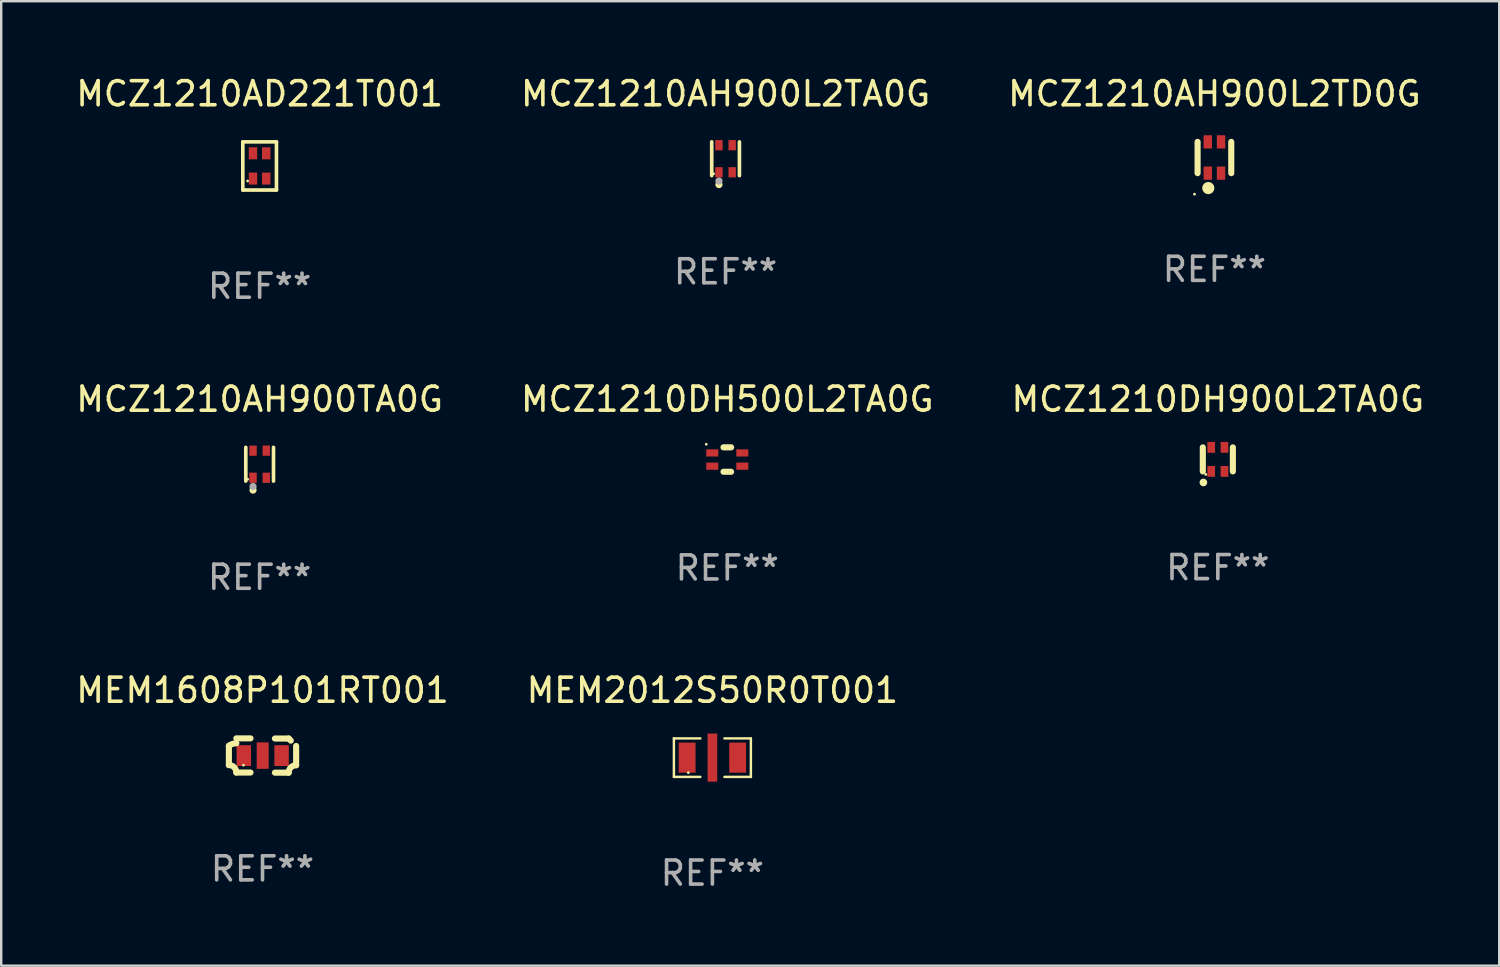
<source format=kicad_pcb>
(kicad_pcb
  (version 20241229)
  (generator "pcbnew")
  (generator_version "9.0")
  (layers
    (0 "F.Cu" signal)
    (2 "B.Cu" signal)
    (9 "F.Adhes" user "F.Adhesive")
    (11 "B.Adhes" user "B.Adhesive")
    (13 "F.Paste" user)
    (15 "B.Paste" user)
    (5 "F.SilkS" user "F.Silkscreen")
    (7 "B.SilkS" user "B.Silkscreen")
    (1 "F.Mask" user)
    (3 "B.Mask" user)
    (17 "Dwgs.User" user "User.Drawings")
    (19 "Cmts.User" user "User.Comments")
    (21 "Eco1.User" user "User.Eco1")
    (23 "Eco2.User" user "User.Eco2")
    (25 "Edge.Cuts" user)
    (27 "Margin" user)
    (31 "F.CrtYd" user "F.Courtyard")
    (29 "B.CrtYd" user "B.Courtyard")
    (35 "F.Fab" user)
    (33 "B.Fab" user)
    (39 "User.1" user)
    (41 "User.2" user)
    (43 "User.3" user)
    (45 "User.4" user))
  (footprint "MCZ1210AH900L2TD0G"
    (layer "F.Cu")
    (at 47.435 3.498)
    (property "Reference" "MCZ1210AH900L2TD0G" (at 0 -2.65 0) (layer "F.SilkS") (effects (font (size 1 1) (thickness 0.15))))
    (attr through_hole)
    (fp_line (start -0.7 -0.65) (end -0.7 0.65) (stroke (width 0.254) (type solid)) (layer "F.SilkS"))
    (fp_line (start 0.7 -0.65) (end 0.7 0.65) (stroke (width 0.254) (type solid)) (layer "F.SilkS"))
    (fp_circle (center -0.827 1.524) (end -0.797 1.524) (stroke (width 0.06) (type solid)) (fill no) (layer "F.SilkS"))
    (fp_circle (center -0.254 1.27) (end -0.127 1.27) (stroke (width 0.254) (type solid)) (fill no) (layer "F.SilkS"))
    (fp_text user "REF**" (at 0 4.65 0) (layer "F.Fab") (effects (font (size 1 1) (thickness 0.15))))
    (pad "1" smd rect (at -0.275 0.65) (size 0.35 0.55) (layers "F.Cu" "F.Mask" "F.Paste"))
    (pad "2" smd rect (at 0.275 0.65) (size 0.35 0.55) (layers "F.Cu" "F.Mask" "F.Paste"))
    (pad "3" smd rect (at 0.275 -0.65 180) (size 0.35 0.55) (layers "F.Cu" "F.Mask" "F.Paste"))
    (pad "4" smd rect (at -0.275 -0.65 180) (size 0.35 0.55) (layers "F.Cu" "F.Mask" "F.Paste")))
  (footprint "MEM2012S50R0T001"
    (layer "F.Cu")
    (at 26.565 28.446)
    (property "Reference" "MEM2012S50R0T001" (at 0 -2.8 0) (layer "F.SilkS") (effects (font (size 1 1) (thickness 0.15))))
    (attr through_hole)
    (fp_line (start -1.6 -0.8) (end -1.6 0.8) (stroke (width 0.102) (type solid)) (layer "F.SilkS"))
    (fp_line (start -1.6 -0.8) (end -0.5 -0.8) (stroke (width 0.102) (type solid)) (layer "F.SilkS"))
    (fp_line (start -1.6 0.8) (end -0.5 0.8) (stroke (width 0.102) (type solid)) (layer "F.SilkS"))
    (fp_line (start 1.6 -0.8) (end 0.5 -0.8) (stroke (width 0.102) (type solid)) (layer "F.SilkS"))
    (fp_line (start 1.6 0.8) (end 0.5 0.8) (stroke (width 0.102) (type solid)) (layer "F.SilkS"))
    (fp_line (start 1.6 0.8) (end 1.6 -0.8) (stroke (width 0.102) (type solid)) (layer "F.SilkS"))
    (fp_circle (center -1 0.625) (end -0.97 0.625) (stroke (width 0.06) (type solid)) (fill no) (layer "F.SilkS"))
    (fp_text user "REF**" (at 0 4.8 0) (layer "F.Fab") (effects (font (size 1 1) (thickness 0.15))))
    (pad "1" smd rect (at -1.05 0.000013 90) (size 1.25 0.7) (layers "F.Cu" "F.Mask" "F.Paste"))
    (pad "2" smd rect (at 0.000152 -0.001 90) (size 2 0.4) (layers "F.Cu" "F.Mask" "F.Paste"))
    (pad "3" smd rect (at 1.05 0.000013 90) (size 1.25 0.7) (layers "F.Cu" "F.Mask" "F.Paste")))
  (footprint "MCZ1210DH900L2TA0G"
    (layer "F.Cu")
    (at 47.577 16.047)
    (property "Reference" "MCZ1210DH900L2TA0G" (at 0 -2.5 0) (layer "F.SilkS") (effects (font (size 1 1) (thickness 0.15))))
    (attr through_hole)
    (fp_line (start -0.625 -0.5) (end -0.625 0.5) (stroke (width 0.254) (type solid)) (layer "F.SilkS"))
    (fp_line (start 0.625 -0.5) (end 0.625 0.5) (stroke (width 0.254) (type solid)) (layer "F.SilkS"))
    (fp_circle (center -0.6 0.96) (end -0.52 0.96) (stroke (width 0.16) (type solid)) (fill no) (layer "F.SilkS"))
    (fp_circle (center -0.5 0.625) (end -0.47 0.625) (stroke (width 0.06) (type solid)) (fill no) (layer "F.SilkS"))
    (fp_text user "REF**" (at 0 4.5 0) (layer "F.Fab") (effects (font (size 1 1) (thickness 0.15))))
    (pad "1" smd rect (at -0.275 0.5 90) (size 0.45 0.32) (layers "F.Cu" "F.Mask" "F.Paste"))
    (pad "2" smd rect (at 0.275 0.5 90) (size 0.45 0.32) (layers "F.Cu" "F.Mask" "F.Paste"))
    (pad "3" smd rect (at 0.275 -0.5 90) (size 0.45 0.32) (layers "F.Cu" "F.Mask" "F.Paste"))
    (pad "4" smd rect (at -0.275 -0.5 90) (size 0.45 0.32) (layers "F.Cu" "F.Mask" "F.Paste")))
  (footprint "MCZ1210AD221T001"
    (layer "F.Cu")
    (at 7.744 3.849)
    (property "Reference" "MCZ1210AD221T001" (at 0 -3.001 0) (layer "F.SilkS") (effects (font (size 1 1) (thickness 0.15))))
    (attr through_hole)
    (fp_line (start -0.7 1.001) (end -0.7 -1.001) (stroke (width 0.15) (type solid)) (layer "F.SilkS"))
    (fp_line (start 0.699 1.001) (end 0.699 -1.001) (stroke (width 0.15) (type solid)) (layer "F.SilkS"))
    (fp_line (start 0.7 -1.001) (end -0.7 -1.001) (stroke (width 0.15) (type solid)) (layer "F.SilkS"))
    (fp_line (start 0.7 1.001) (end -0.7 1.001) (stroke (width 0.15) (type solid)) (layer "F.SilkS"))
    (fp_circle (center -0.501 0.625) (end -0.471 0.625) (stroke (width 0.06) (type solid)) (fill no) (layer "F.SilkS"))
    (fp_text user "REF**" (at 0 5.001 0) (layer "F.Fab") (effects (font (size 1 1) (thickness 0.15))))
    (pad "1" smd rect (at -0.276 0.525 180) (size 0.35 0.5) (layers "F.Cu" "F.Mask" "F.Paste"))
    (pad "2" smd rect (at -0.276 -0.525 180) (size 0.35 0.5) (layers "F.Cu" "F.Mask" "F.Paste"))
    (pad "3" smd rect (at 0.274 -0.525 180) (size 0.35 0.5) (layers "F.Cu" "F.Mask" "F.Paste"))
    (pad "4" smd rect (at 0.274 0.525 180) (size 0.35 0.5) (layers "F.Cu" "F.Mask" "F.Paste")))
  (footprint "MCZ1210AH900L2TA0G"
    (layer "F.Cu")
    (at 27.113 3.549)
    (property "Reference" "MCZ1210AH900L2TA0G" (at 0 -2.701 0) (layer "F.SilkS") (effects (font (size 1 1) (thickness 0.15))))
    (attr through_hole)
    (fp_line (start -0.576 0.701) (end -0.576 -0.701) (stroke (width 0.152) (type solid)) (layer "F.SilkS"))
    (fp_line (start 0.576 0.701) (end 0.576 -0.701) (stroke (width 0.152) (type solid)) (layer "F.SilkS"))
    (fp_circle (center -0.5 0.625) (end -0.47 0.625) (stroke (width 0.06) (type solid)) (fill no) (layer "F.SilkS"))
    (fp_circle (center -0.275 1.075) (end -0.2 1.075) (stroke (width 0.15) (type solid)) (fill no) (layer "F.SilkS"))
    (fp_circle (center -0.275 0.925) (end -0.2 0.925) (stroke (width 0.15) (type solid)) (fill no) (layer "F.Fab"))
    (fp_text user "REF**" (at 0 4.701 0) (layer "F.Fab") (effects (font (size 1 1) (thickness 0.15))))
    (pad "1" smd rect (at -0.275 0.563) (size 0.308 0.425) (layers "F.Cu" "F.Mask" "F.Paste"))
    (pad "2" smd rect (at 0.275 0.563) (size 0.308 0.425) (layers "F.Cu" "F.Mask" "F.Paste"))
    (pad "3" smd rect (at 0.275 -0.563) (size 0.308 0.425) (layers "F.Cu" "F.Mask" "F.Paste"))
    (pad "4" smd rect (at -0.275 -0.563) (size 0.308 0.425) (layers "F.Cu" "F.Mask" "F.Paste")))
  (footprint "MEM1608P101RT001"
    (layer "F.Cu")
    (at 7.863 28.358)
    (property "Reference" "MEM1608P101RT001" (at 0 -2.713 0) (layer "F.SilkS") (effects (font (size 1 1) (thickness 0.15))))
    (attr through_hole)
    (fp_line (start -1.398 -0.403) (end -1.398 0.397) (stroke (width 0.254) (type solid)) (layer "F.SilkS"))
    (fp_line (start -1.088 -0.713) (end -0.5 -0.713) (stroke (width 0.254) (type solid)) (layer "F.SilkS"))
    (fp_line (start -1.088 0.707) (end -0.5 0.707) (stroke (width 0.254) (type solid)) (layer "F.SilkS"))
    (fp_line (start 1.088 -0.707) (end 0.516 -0.707) (stroke (width 0.254) (type solid)) (layer "F.SilkS"))
    (fp_line (start 1.088 0.713) (end 0.516 0.713) (stroke (width 0.254) (type solid)) (layer "F.SilkS"))
    (fp_line (start 1.398 -0.397) (end 1.398 0.403) (stroke (width 0.254) (type solid)) (layer "F.SilkS"))
    (fp_arc (start -1.39779 -0.402908) (mid -1.251555 -0.481063) (end -1.08796 -0.508069) (stroke (width 0.254001) (type solid)) (layer "F.SilkS"))
    (fp_arc (start -1.39779 0.397066) (mid -1.178702 0.487827) (end -1.08796 0.706922) (stroke (width 0.254001) (type solid)) (layer "F.SilkS"))
    (fp_arc (start 1.087909 0.712738) (mid 1.178656 0.493655) (end 1.397739 0.402908) (stroke (width 0.254001) (type solid)) (layer "F.SilkS"))
    (fp_arc (start 1.175925 -0.618926) (mid 1.131917 -0.662923) (end 1.08791 -0.706922) (stroke (width 0.254001) (type solid)) (layer "F.SilkS"))
    (fp_circle (center -0.792 0.403) (end -0.762 0.403) (stroke (width 0.06) (type solid)) (fill no) (layer "F.SilkS"))
    (fp_text user "REF**" (at 0 4.713 0) (layer "F.Fab") (effects (font (size 1 1) (thickness 0.15))))
    (pad "1" smd rect (at -0.777 0.003) (size 0.6 0.864) (layers "F.Cu" "F.Mask" "F.Paste"))
    (pad "2" smd rect (at 0.008 0.003) (size 0.5 1.1) (layers "F.Cu" "F.Mask" "F.Paste"))
    (pad "3" smd rect (at 0.793 0.003) (size 0.6 0.864) (layers "F.Cu" "F.Mask" "F.Paste")))
  (footprint "MCZ1210AH900TA0G"
    (layer "F.Cu")
    (at 7.744 16.248)
    (property "Reference" "MCZ1210AH900TA0G" (at 0 -2.701 0) (layer "F.SilkS") (effects (font (size 1 1) (thickness 0.15))))
    (attr through_hole)
    (fp_line (start -0.576 0.701) (end -0.576 -0.701) (stroke (width 0.152) (type solid)) (layer "F.SilkS"))
    (fp_line (start 0.576 0.701) (end 0.576 -0.701) (stroke (width 0.152) (type solid)) (layer "F.SilkS"))
    (fp_circle (center -0.5 0.625) (end -0.47 0.625) (stroke (width 0.06) (type solid)) (fill no) (layer "F.SilkS"))
    (fp_circle (center -0.275 1.075) (end -0.2 1.075) (stroke (width 0.15) (type solid)) (fill no) (layer "F.SilkS"))
    (fp_circle (center -0.275 0.925) (end -0.2 0.925) (stroke (width 0.15) (type solid)) (fill no) (layer "F.Fab"))
    (fp_text user "REF**" (at 0 4.701 0) (layer "F.Fab") (effects (font (size 1 1) (thickness 0.15))))
    (pad "1" smd rect (at -0.275 0.563) (size 0.308 0.425) (layers "F.Cu" "F.Mask" "F.Paste"))
    (pad "2" smd rect (at 0.275 0.563) (size 0.308 0.425) (layers "F.Cu" "F.Mask" "F.Paste"))
    (pad "3" smd rect (at 0.275 -0.563) (size 0.308 0.425) (layers "F.Cu" "F.Mask" "F.Paste"))
    (pad "4" smd rect (at -0.275 -0.563) (size 0.308 0.425) (layers "F.Cu" "F.Mask" "F.Paste")))
  (footprint "MCZ1210DH500L2TA0G"
    (layer "F.Cu")
    (at 27.185 16.054)
    (property "Reference" "MCZ1210DH500L2TA0G" (at 0 -2.508 0) (layer "F.SilkS") (effects (font (size 1 1) (thickness 0.15))))
    (attr through_hole)
    (fp_line (start -0.159 -0.508) (end 0.159 -0.508) (stroke (width 0.254) (type solid)) (layer "F.SilkS"))
    (fp_line (start -0.159 0.508) (end 0.159 0.508) (stroke (width 0.254) (type solid)) (layer "F.SilkS"))
    (fp_circle (center -0.875 -0.635) (end -0.845 -0.635) (stroke (width 0.06) (type solid)) (fill no) (layer "F.SilkS"))
    (fp_text user "REF**" (at 0 4.508 0) (layer "F.Fab") (effects (font (size 1 1) (thickness 0.15))))
    (pad "1" smd rect (at -0.625 -0.275 90) (size 0.3 0.5) (layers "F.Cu" "F.Mask" "F.Paste"))
    (pad "2" smd rect (at -0.625 0.275 90) (size 0.3 0.5) (layers "F.Cu" "F.Mask" "F.Paste"))
    (pad "3" smd rect (at 0.625 0.275 90) (size 0.3 0.5) (layers "F.Cu" "F.Mask" "F.Paste"))
    (pad "4" smd rect (at 0.625 -0.275 90) (size 0.3 0.5) (layers "F.Cu" "F.Mask" "F.Paste")))
  (gr_rect
    (start -3 -3)
    (end 59.274 37.094)
    (stroke (width 0.1) (type default))
    (fill no)
    (layer "Edge.Cuts")))
</source>
